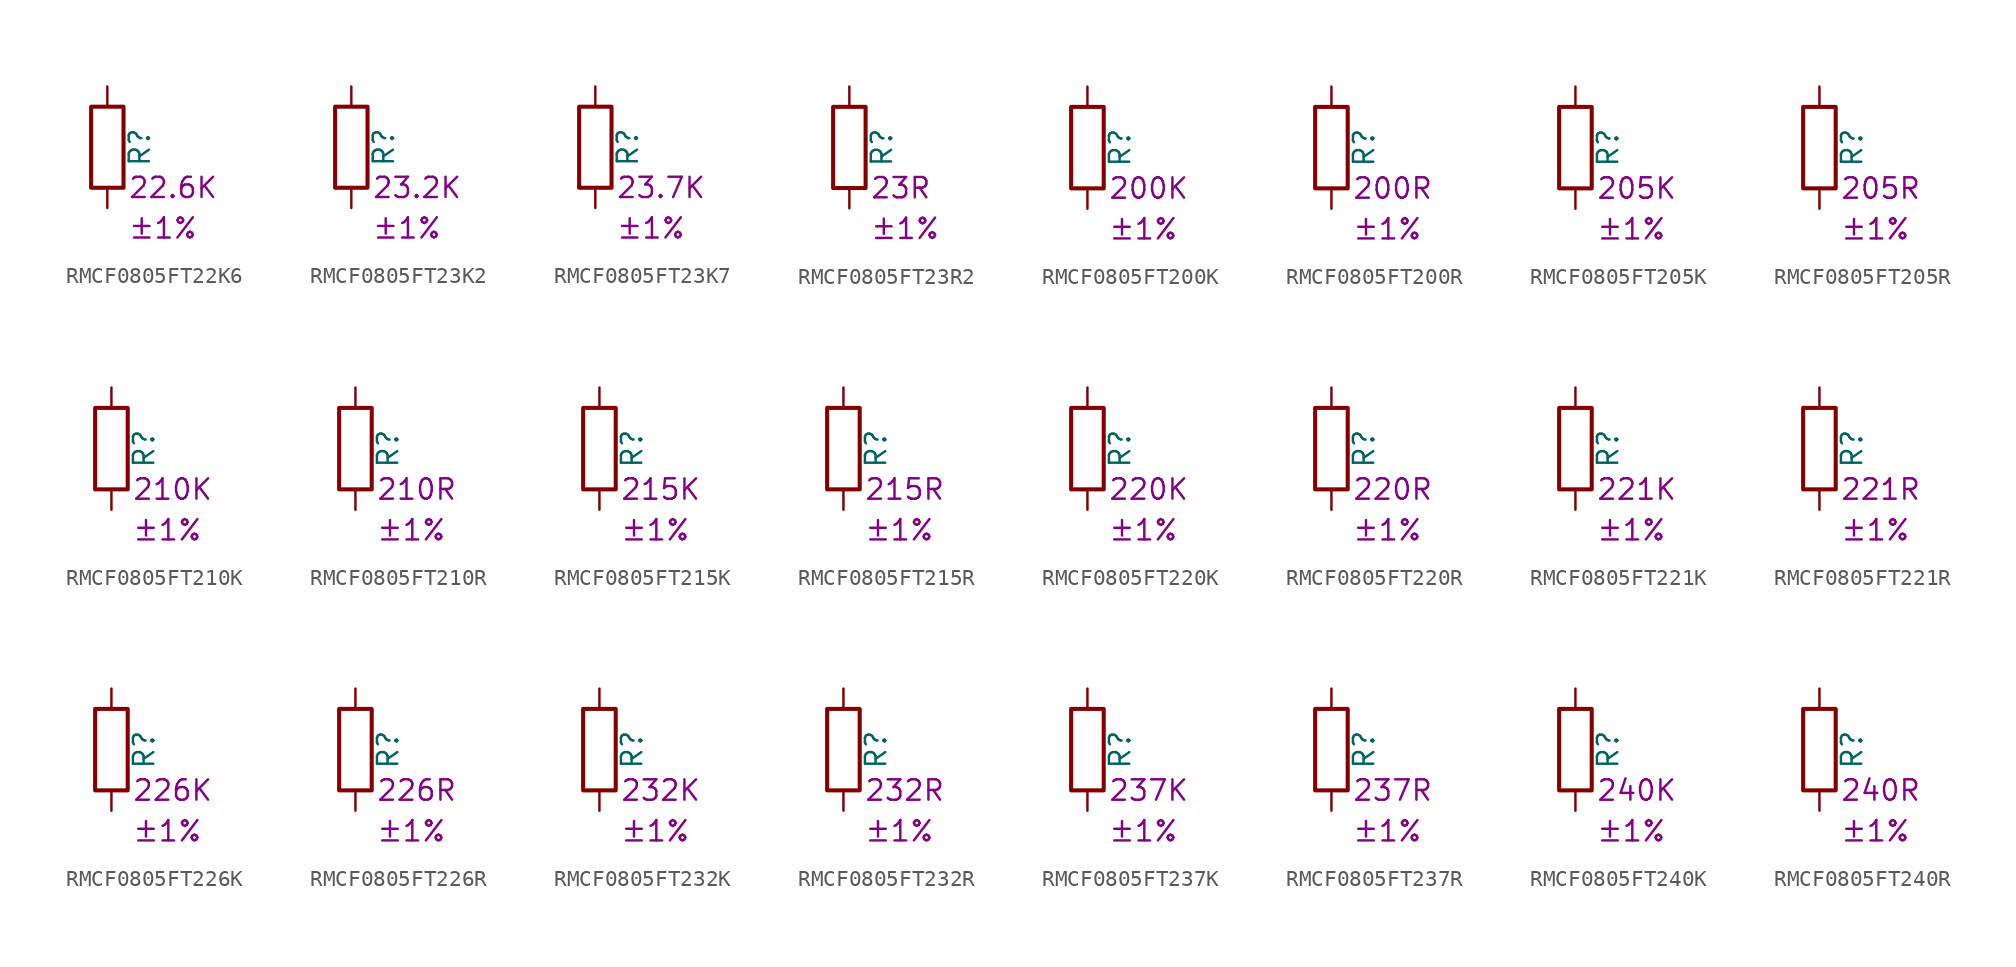
<source format=kicad_sym>
(kicad_symbol_lib
  (version 20220914)
  (generator kicad_symbol_editor)
  (symbol "RMCF0805FT22K6"
    (pin_numbers hide)
    (pin_names
      (offset 0))
    (property "Reference" "R"
      (at 2.032 0 90)
      (effects (font (size 1.27 1.27))))
    (property "Resistance" "22.6K"
      (at 1.27 -2.54 0)
      (effects (font (size 1.27 1.27)) (justify left)))
    (property "Tolerance" "±1%"
      (at 1.27 -5.08 0)
      (effects (font (size 1.27 1.27)) (justify left)))
    (symbol "RMCF0805FT22K6_0_1"
      (rectangle (start -1.016 -2.54) (end 1.016 2.54) (stroke (width 0.254) (type default)) (fill (type none))))
    (symbol "RMCF0805FT22K6_1_1"
      (pin passive line (at 0 3.81 270) (length 1.27) (name "~" (effects (font (size 1.27 1.27)))) (number "1" (effects (font (size 1.27 1.27)))))
      (pin passive line (at 0 -3.81 90) (length 1.27) (name "~" (effects (font (size 1.27 1.27)))) (number "2" (effects (font (size 1.27 1.27)))))))
  (symbol "RMCF0805FT23K2"
    (pin_numbers hide)
    (pin_names
      (offset 0))
    (property "Reference" "R"
      (at 2.032 0 90)
      (effects (font (size 1.27 1.27))))
    (property "Resistance" "23.2K"
      (at 1.27 -2.54 0)
      (effects (font (size 1.27 1.27)) (justify left)))
    (property "Tolerance" "±1%"
      (at 1.27 -5.08 0)
      (effects (font (size 1.27 1.27)) (justify left)))
    (symbol "RMCF0805FT23K2_0_1"
      (rectangle (start -1.016 -2.54) (end 1.016 2.54) (stroke (width 0.254) (type default)) (fill (type none))))
    (symbol "RMCF0805FT23K2_1_1"
      (pin passive line (at 0 3.81 270) (length 1.27) (name "~" (effects (font (size 1.27 1.27)))) (number "1" (effects (font (size 1.27 1.27)))))
      (pin passive line (at 0 -3.81 90) (length 1.27) (name "~" (effects (font (size 1.27 1.27)))) (number "2" (effects (font (size 1.27 1.27)))))))
  (symbol "RMCF0805FT23K7"
    (pin_numbers hide)
    (pin_names
      (offset 0))
    (property "Reference" "R"
      (at 2.032 0 90)
      (effects (font (size 1.27 1.27))))
    (property "Resistance" "23.7K"
      (at 1.27 -2.54 0)
      (effects (font (size 1.27 1.27)) (justify left)))
    (property "Tolerance" "±1%"
      (at 1.27 -5.08 0)
      (effects (font (size 1.27 1.27)) (justify left)))
    (symbol "RMCF0805FT23K7_0_1"
      (rectangle (start -1.016 -2.54) (end 1.016 2.54) (stroke (width 0.254) (type default)) (fill (type none))))
    (symbol "RMCF0805FT23K7_1_1"
      (pin passive line (at 0 3.81 270) (length 1.27) (name "~" (effects (font (size 1.27 1.27)))) (number "1" (effects (font (size 1.27 1.27)))))
      (pin passive line (at 0 -3.81 90) (length 1.27) (name "~" (effects (font (size 1.27 1.27)))) (number "2" (effects (font (size 1.27 1.27)))))))
  (symbol "RMCF0805FT23R2"
    (pin_numbers hide)
    (pin_names
      (offset 0))
    (property "Reference" "R"
      (at 2.032 0 90)
      (effects (font (size 1.27 1.27))))
    (property "Resistance" "23R"
      (at 1.27 -2.54 0)
      (effects (font (size 1.27 1.27)) (justify left)))
    (property "Tolerance" "±1%"
      (at 1.27 -5.08 0)
      (effects (font (size 1.27 1.27)) (justify left)))
    (symbol "RMCF0805FT23R2_0_1"
      (rectangle (start -1.016 -2.54) (end 1.016 2.54) (stroke (width 0.254) (type default)) (fill (type none))))
    (symbol "RMCF0805FT23R2_1_1"
      (pin passive line (at 0 3.81 270) (length 1.27) (name "~" (effects (font (size 1.27 1.27)))) (number "1" (effects (font (size 1.27 1.27)))))
      (pin passive line (at 0 -3.81 90) (length 1.27) (name "~" (effects (font (size 1.27 1.27)))) (number "2" (effects (font (size 1.27 1.27)))))))
  (symbol "RMCF0805FT200K"
    (pin_numbers hide)
    (pin_names
      (offset 0))
    (property "Reference" "R"
      (at 2.032 0 90)
      (effects (font (size 1.27 1.27))))
    (property "Resistance" "200K"
      (at 1.27 -2.54 0)
      (effects (font (size 1.27 1.27)) (justify left)))
    (property "Tolerance" "±1%"
      (at 1.27 -5.08 0)
      (effects (font (size 1.27 1.27)) (justify left)))
    (symbol "RMCF0805FT200K_0_1"
      (rectangle (start -1.016 -2.54) (end 1.016 2.54) (stroke (width 0.254) (type default)) (fill (type none))))
    (symbol "RMCF0805FT200K_1_1"
      (pin passive line (at 0 3.81 270) (length 1.27) (name "~" (effects (font (size 1.27 1.27)))) (number "1" (effects (font (size 1.27 1.27)))))
      (pin passive line (at 0 -3.81 90) (length 1.27) (name "~" (effects (font (size 1.27 1.27)))) (number "2" (effects (font (size 1.27 1.27)))))))
  (symbol "RMCF0805FT200R"
    (pin_numbers hide)
    (pin_names
      (offset 0))
    (property "Reference" "R"
      (at 2.032 0 90)
      (effects (font (size 1.27 1.27))))
    (property "Resistance" "200R"
      (at 1.27 -2.54 0)
      (effects (font (size 1.27 1.27)) (justify left)))
    (property "Tolerance" "±1%"
      (at 1.27 -5.08 0)
      (effects (font (size 1.27 1.27)) (justify left)))
    (symbol "RMCF0805FT200R_0_1"
      (rectangle (start -1.016 -2.54) (end 1.016 2.54) (stroke (width 0.254) (type default)) (fill (type none))))
    (symbol "RMCF0805FT200R_1_1"
      (pin passive line (at 0 3.81 270) (length 1.27) (name "~" (effects (font (size 1.27 1.27)))) (number "1" (effects (font (size 1.27 1.27)))))
      (pin passive line (at 0 -3.81 90) (length 1.27) (name "~" (effects (font (size 1.27 1.27)))) (number "2" (effects (font (size 1.27 1.27)))))))
  (symbol "RMCF0805FT205K"
    (pin_numbers hide)
    (pin_names
      (offset 0))
    (property "Reference" "R"
      (at 2.032 0 90)
      (effects (font (size 1.27 1.27))))
    (property "Resistance" "205K"
      (at 1.27 -2.54 0)
      (effects (font (size 1.27 1.27)) (justify left)))
    (property "Tolerance" "±1%"
      (at 1.27 -5.08 0)
      (effects (font (size 1.27 1.27)) (justify left)))
    (symbol "RMCF0805FT205K_0_1"
      (rectangle (start -1.016 -2.54) (end 1.016 2.54) (stroke (width 0.254) (type default)) (fill (type none))))
    (symbol "RMCF0805FT205K_1_1"
      (pin passive line (at 0 3.81 270) (length 1.27) (name "~" (effects (font (size 1.27 1.27)))) (number "1" (effects (font (size 1.27 1.27)))))
      (pin passive line (at 0 -3.81 90) (length 1.27) (name "~" (effects (font (size 1.27 1.27)))) (number "2" (effects (font (size 1.27 1.27)))))))
  (symbol "RMCF0805FT205R"
    (pin_numbers hide)
    (pin_names
      (offset 0))
    (property "Reference" "R"
      (at 2.032 0 90)
      (effects (font (size 1.27 1.27))))
    (property "Resistance" "205R"
      (at 1.27 -2.54 0)
      (effects (font (size 1.27 1.27)) (justify left)))
    (property "Tolerance" "±1%"
      (at 1.27 -5.08 0)
      (effects (font (size 1.27 1.27)) (justify left)))
    (symbol "RMCF0805FT205R_0_1"
      (rectangle (start -1.016 -2.54) (end 1.016 2.54) (stroke (width 0.254) (type default)) (fill (type none))))
    (symbol "RMCF0805FT205R_1_1"
      (pin passive line (at 0 3.81 270) (length 1.27) (name "~" (effects (font (size 1.27 1.27)))) (number "1" (effects (font (size 1.27 1.27)))))
      (pin passive line (at 0 -3.81 90) (length 1.27) (name "~" (effects (font (size 1.27 1.27)))) (number "2" (effects (font (size 1.27 1.27)))))))
  (symbol "RMCF0805FT210K"
    (pin_numbers hide)
    (pin_names
      (offset 0))
    (property "Reference" "R"
      (at 2.032 0 90)
      (effects (font (size 1.27 1.27))))
    (property "Resistance" "210K"
      (at 1.27 -2.54 0)
      (effects (font (size 1.27 1.27)) (justify left)))
    (property "Tolerance" "±1%"
      (at 1.27 -5.08 0)
      (effects (font (size 1.27 1.27)) (justify left)))
    (symbol "RMCF0805FT210K_0_1"
      (rectangle (start -1.016 -2.54) (end 1.016 2.54) (stroke (width 0.254) (type default)) (fill (type none))))
    (symbol "RMCF0805FT210K_1_1"
      (pin passive line (at 0 3.81 270) (length 1.27) (name "~" (effects (font (size 1.27 1.27)))) (number "1" (effects (font (size 1.27 1.27)))))
      (pin passive line (at 0 -3.81 90) (length 1.27) (name "~" (effects (font (size 1.27 1.27)))) (number "2" (effects (font (size 1.27 1.27)))))))
  (symbol "RMCF0805FT210R"
    (pin_numbers hide)
    (pin_names
      (offset 0))
    (property "Reference" "R"
      (at 2.032 0 90)
      (effects (font (size 1.27 1.27))))
    (property "Resistance" "210R"
      (at 1.27 -2.54 0)
      (effects (font (size 1.27 1.27)) (justify left)))
    (property "Tolerance" "±1%"
      (at 1.27 -5.08 0)
      (effects (font (size 1.27 1.27)) (justify left)))
    (symbol "RMCF0805FT210R_0_1"
      (rectangle (start -1.016 -2.54) (end 1.016 2.54) (stroke (width 0.254) (type default)) (fill (type none))))
    (symbol "RMCF0805FT210R_1_1"
      (pin passive line (at 0 3.81 270) (length 1.27) (name "~" (effects (font (size 1.27 1.27)))) (number "1" (effects (font (size 1.27 1.27)))))
      (pin passive line (at 0 -3.81 90) (length 1.27) (name "~" (effects (font (size 1.27 1.27)))) (number "2" (effects (font (size 1.27 1.27)))))))
  (symbol "RMCF0805FT215K"
    (pin_numbers hide)
    (pin_names
      (offset 0))
    (property "Reference" "R"
      (at 2.032 0 90)
      (effects (font (size 1.27 1.27))))
    (property "Resistance" "215K"
      (at 1.27 -2.54 0)
      (effects (font (size 1.27 1.27)) (justify left)))
    (property "Tolerance" "±1%"
      (at 1.27 -5.08 0)
      (effects (font (size 1.27 1.27)) (justify left)))
    (symbol "RMCF0805FT215K_0_1"
      (rectangle (start -1.016 -2.54) (end 1.016 2.54) (stroke (width 0.254) (type default)) (fill (type none))))
    (symbol "RMCF0805FT215K_1_1"
      (pin passive line (at 0 3.81 270) (length 1.27) (name "~" (effects (font (size 1.27 1.27)))) (number "1" (effects (font (size 1.27 1.27)))))
      (pin passive line (at 0 -3.81 90) (length 1.27) (name "~" (effects (font (size 1.27 1.27)))) (number "2" (effects (font (size 1.27 1.27)))))))
  (symbol "RMCF0805FT215R"
    (pin_numbers hide)
    (pin_names
      (offset 0))
    (property "Reference" "R"
      (at 2.032 0 90)
      (effects (font (size 1.27 1.27))))
    (property "Resistance" "215R"
      (at 1.27 -2.54 0)
      (effects (font (size 1.27 1.27)) (justify left)))
    (property "Tolerance" "±1%"
      (at 1.27 -5.08 0)
      (effects (font (size 1.27 1.27)) (justify left)))
    (symbol "RMCF0805FT215R_0_1"
      (rectangle (start -1.016 -2.54) (end 1.016 2.54) (stroke (width 0.254) (type default)) (fill (type none))))
    (symbol "RMCF0805FT215R_1_1"
      (pin passive line (at 0 3.81 270) (length 1.27) (name "~" (effects (font (size 1.27 1.27)))) (number "1" (effects (font (size 1.27 1.27)))))
      (pin passive line (at 0 -3.81 90) (length 1.27) (name "~" (effects (font (size 1.27 1.27)))) (number "2" (effects (font (size 1.27 1.27)))))))
  (symbol "RMCF0805FT220K"
    (pin_numbers hide)
    (pin_names
      (offset 0))
    (property "Reference" "R"
      (at 2.032 0 90)
      (effects (font (size 1.27 1.27))))
    (property "Resistance" "220K"
      (at 1.27 -2.54 0)
      (effects (font (size 1.27 1.27)) (justify left)))
    (property "Tolerance" "±1%"
      (at 1.27 -5.08 0)
      (effects (font (size 1.27 1.27)) (justify left)))
    (symbol "RMCF0805FT220K_0_1"
      (rectangle (start -1.016 -2.54) (end 1.016 2.54) (stroke (width 0.254) (type default)) (fill (type none))))
    (symbol "RMCF0805FT220K_1_1"
      (pin passive line (at 0 3.81 270) (length 1.27) (name "~" (effects (font (size 1.27 1.27)))) (number "1" (effects (font (size 1.27 1.27)))))
      (pin passive line (at 0 -3.81 90) (length 1.27) (name "~" (effects (font (size 1.27 1.27)))) (number "2" (effects (font (size 1.27 1.27)))))))
  (symbol "RMCF0805FT220R"
    (pin_numbers hide)
    (pin_names
      (offset 0))
    (property "Reference" "R"
      (at 2.032 0 90)
      (effects (font (size 1.27 1.27))))
    (property "Resistance" "220R"
      (at 1.27 -2.54 0)
      (effects (font (size 1.27 1.27)) (justify left)))
    (property "Tolerance" "±1%"
      (at 1.27 -5.08 0)
      (effects (font (size 1.27 1.27)) (justify left)))
    (symbol "RMCF0805FT220R_0_1"
      (rectangle (start -1.016 -2.54) (end 1.016 2.54) (stroke (width 0.254) (type default)) (fill (type none))))
    (symbol "RMCF0805FT220R_1_1"
      (pin passive line (at 0 3.81 270) (length 1.27) (name "~" (effects (font (size 1.27 1.27)))) (number "1" (effects (font (size 1.27 1.27)))))
      (pin passive line (at 0 -3.81 90) (length 1.27) (name "~" (effects (font (size 1.27 1.27)))) (number "2" (effects (font (size 1.27 1.27)))))))
  (symbol "RMCF0805FT221K"
    (pin_numbers hide)
    (pin_names
      (offset 0))
    (property "Reference" "R"
      (at 2.032 0 90)
      (effects (font (size 1.27 1.27))))
    (property "Resistance" "221K"
      (at 1.27 -2.54 0)
      (effects (font (size 1.27 1.27)) (justify left)))
    (property "Tolerance" "±1%"
      (at 1.27 -5.08 0)
      (effects (font (size 1.27 1.27)) (justify left)))
    (symbol "RMCF0805FT221K_0_1"
      (rectangle (start -1.016 -2.54) (end 1.016 2.54) (stroke (width 0.254) (type default)) (fill (type none))))
    (symbol "RMCF0805FT221K_1_1"
      (pin passive line (at 0 3.81 270) (length 1.27) (name "~" (effects (font (size 1.27 1.27)))) (number "1" (effects (font (size 1.27 1.27)))))
      (pin passive line (at 0 -3.81 90) (length 1.27) (name "~" (effects (font (size 1.27 1.27)))) (number "2" (effects (font (size 1.27 1.27)))))))
  (symbol "RMCF0805FT221R"
    (pin_numbers hide)
    (pin_names
      (offset 0))
    (property "Reference" "R"
      (at 2.032 0 90)
      (effects (font (size 1.27 1.27))))
    (property "Resistance" "221R"
      (at 1.27 -2.54 0)
      (effects (font (size 1.27 1.27)) (justify left)))
    (property "Tolerance" "±1%"
      (at 1.27 -5.08 0)
      (effects (font (size 1.27 1.27)) (justify left)))
    (symbol "RMCF0805FT221R_0_1"
      (rectangle (start -1.016 -2.54) (end 1.016 2.54) (stroke (width 0.254) (type default)) (fill (type none))))
    (symbol "RMCF0805FT221R_1_1"
      (pin passive line (at 0 3.81 270) (length 1.27) (name "~" (effects (font (size 1.27 1.27)))) (number "1" (effects (font (size 1.27 1.27)))))
      (pin passive line (at 0 -3.81 90) (length 1.27) (name "~" (effects (font (size 1.27 1.27)))) (number "2" (effects (font (size 1.27 1.27)))))))
  (symbol "RMCF0805FT226K"
    (pin_numbers hide)
    (pin_names
      (offset 0))
    (property "Reference" "R"
      (at 2.032 0 90)
      (effects (font (size 1.27 1.27))))
    (property "Resistance" "226K"
      (at 1.27 -2.54 0)
      (effects (font (size 1.27 1.27)) (justify left)))
    (property "Tolerance" "±1%"
      (at 1.27 -5.08 0)
      (effects (font (size 1.27 1.27)) (justify left)))
    (symbol "RMCF0805FT226K_0_1"
      (rectangle (start -1.016 -2.54) (end 1.016 2.54) (stroke (width 0.254) (type default)) (fill (type none))))
    (symbol "RMCF0805FT226K_1_1"
      (pin passive line (at 0 3.81 270) (length 1.27) (name "~" (effects (font (size 1.27 1.27)))) (number "1" (effects (font (size 1.27 1.27)))))
      (pin passive line (at 0 -3.81 90) (length 1.27) (name "~" (effects (font (size 1.27 1.27)))) (number "2" (effects (font (size 1.27 1.27)))))))
  (symbol "RMCF0805FT226R"
    (pin_numbers hide)
    (pin_names
      (offset 0))
    (property "Reference" "R"
      (at 2.032 0 90)
      (effects (font (size 1.27 1.27))))
    (property "Resistance" "226R"
      (at 1.27 -2.54 0)
      (effects (font (size 1.27 1.27)) (justify left)))
    (property "Tolerance" "±1%"
      (at 1.27 -5.08 0)
      (effects (font (size 1.27 1.27)) (justify left)))
    (symbol "RMCF0805FT226R_0_1"
      (rectangle (start -1.016 -2.54) (end 1.016 2.54) (stroke (width 0.254) (type default)) (fill (type none))))
    (symbol "RMCF0805FT226R_1_1"
      (pin passive line (at 0 3.81 270) (length 1.27) (name "~" (effects (font (size 1.27 1.27)))) (number "1" (effects (font (size 1.27 1.27)))))
      (pin passive line (at 0 -3.81 90) (length 1.27) (name "~" (effects (font (size 1.27 1.27)))) (number "2" (effects (font (size 1.27 1.27)))))))
  (symbol "RMCF0805FT232K"
    (pin_numbers hide)
    (pin_names
      (offset 0))
    (property "Reference" "R"
      (at 2.032 0 90)
      (effects (font (size 1.27 1.27))))
    (property "Resistance" "232K"
      (at 1.27 -2.54 0)
      (effects (font (size 1.27 1.27)) (justify left)))
    (property "Tolerance" "±1%"
      (at 1.27 -5.08 0)
      (effects (font (size 1.27 1.27)) (justify left)))
    (symbol "RMCF0805FT232K_0_1"
      (rectangle (start -1.016 -2.54) (end 1.016 2.54) (stroke (width 0.254) (type default)) (fill (type none))))
    (symbol "RMCF0805FT232K_1_1"
      (pin passive line (at 0 3.81 270) (length 1.27) (name "~" (effects (font (size 1.27 1.27)))) (number "1" (effects (font (size 1.27 1.27)))))
      (pin passive line (at 0 -3.81 90) (length 1.27) (name "~" (effects (font (size 1.27 1.27)))) (number "2" (effects (font (size 1.27 1.27)))))))
  (symbol "RMCF0805FT232R"
    (pin_numbers hide)
    (pin_names
      (offset 0))
    (property "Reference" "R"
      (at 2.032 0 90)
      (effects (font (size 1.27 1.27))))
    (property "Resistance" "232R"
      (at 1.27 -2.54 0)
      (effects (font (size 1.27 1.27)) (justify left)))
    (property "Tolerance" "±1%"
      (at 1.27 -5.08 0)
      (effects (font (size 1.27 1.27)) (justify left)))
    (symbol "RMCF0805FT232R_0_1"
      (rectangle (start -1.016 -2.54) (end 1.016 2.54) (stroke (width 0.254) (type default)) (fill (type none))))
    (symbol "RMCF0805FT232R_1_1"
      (pin passive line (at 0 3.81 270) (length 1.27) (name "~" (effects (font (size 1.27 1.27)))) (number "1" (effects (font (size 1.27 1.27)))))
      (pin passive line (at 0 -3.81 90) (length 1.27) (name "~" (effects (font (size 1.27 1.27)))) (number "2" (effects (font (size 1.27 1.27)))))))
  (symbol "RMCF0805FT237K"
    (pin_numbers hide)
    (pin_names
      (offset 0))
    (property "Reference" "R"
      (at 2.032 0 90)
      (effects (font (size 1.27 1.27))))
    (property "Resistance" "237K"
      (at 1.27 -2.54 0)
      (effects (font (size 1.27 1.27)) (justify left)))
    (property "Tolerance" "±1%"
      (at 1.27 -5.08 0)
      (effects (font (size 1.27 1.27)) (justify left)))
    (symbol "RMCF0805FT237K_0_1"
      (rectangle (start -1.016 -2.54) (end 1.016 2.54) (stroke (width 0.254) (type default)) (fill (type none))))
    (symbol "RMCF0805FT237K_1_1"
      (pin passive line (at 0 3.81 270) (length 1.27) (name "~" (effects (font (size 1.27 1.27)))) (number "1" (effects (font (size 1.27 1.27)))))
      (pin passive line (at 0 -3.81 90) (length 1.27) (name "~" (effects (font (size 1.27 1.27)))) (number "2" (effects (font (size 1.27 1.27)))))))
  (symbol "RMCF0805FT237R"
    (pin_numbers hide)
    (pin_names
      (offset 0))
    (property "Reference" "R"
      (at 2.032 0 90)
      (effects (font (size 1.27 1.27))))
    (property "Resistance" "237R"
      (at 1.27 -2.54 0)
      (effects (font (size 1.27 1.27)) (justify left)))
    (property "Tolerance" "±1%"
      (at 1.27 -5.08 0)
      (effects (font (size 1.27 1.27)) (justify left)))
    (symbol "RMCF0805FT237R_0_1"
      (rectangle (start -1.016 -2.54) (end 1.016 2.54) (stroke (width 0.254) (type default)) (fill (type none))))
    (symbol "RMCF0805FT237R_1_1"
      (pin passive line (at 0 3.81 270) (length 1.27) (name "~" (effects (font (size 1.27 1.27)))) (number "1" (effects (font (size 1.27 1.27)))))
      (pin passive line (at 0 -3.81 90) (length 1.27) (name "~" (effects (font (size 1.27 1.27)))) (number "2" (effects (font (size 1.27 1.27)))))))
  (symbol "RMCF0805FT240K"
    (pin_numbers hide)
    (pin_names
      (offset 0))
    (property "Reference" "R"
      (at 2.032 0 90)
      (effects (font (size 1.27 1.27))))
    (property "Resistance" "240K"
      (at 1.27 -2.54 0)
      (effects (font (size 1.27 1.27)) (justify left)))
    (property "Tolerance" "±1%"
      (at 1.27 -5.08 0)
      (effects (font (size 1.27 1.27)) (justify left)))
    (symbol "RMCF0805FT240K_0_1"
      (rectangle (start -1.016 -2.54) (end 1.016 2.54) (stroke (width 0.254) (type default)) (fill (type none))))
    (symbol "RMCF0805FT240K_1_1"
      (pin passive line (at 0 3.81 270) (length 1.27) (name "~" (effects (font (size 1.27 1.27)))) (number "1" (effects (font (size 1.27 1.27)))))
      (pin passive line (at 0 -3.81 90) (length 1.27) (name "~" (effects (font (size 1.27 1.27)))) (number "2" (effects (font (size 1.27 1.27)))))))
  (symbol "RMCF0805FT240R"
    (pin_numbers hide)
    (pin_names
      (offset 0))
    (property "Reference" "R"
      (at 2.032 0 90)
      (effects (font (size 1.27 1.27))))
    (property "Resistance" "240R"
      (at 1.27 -2.54 0)
      (effects (font (size 1.27 1.27)) (justify left)))
    (property "Tolerance" "±1%"
      (at 1.27 -5.08 0)
      (effects (font (size 1.27 1.27)) (justify left)))
    (symbol "RMCF0805FT240R_0_1"
      (rectangle (start -1.016 -2.54) (end 1.016 2.54) (stroke (width 0.254) (type default)) (fill (type none))))
    (symbol "RMCF0805FT240R_1_1"
      (pin passive line (at 0 3.81 270) (length 1.27) (name "~" (effects (font (size 1.27 1.27)))) (number "1" (effects (font (size 1.27 1.27)))))
      (pin passive line (at 0 -3.81 90) (length 1.27) (name "~" (effects (font (size 1.27 1.27)))) (number "2" (effects (font (size 1.27 1.27))))))))
</source>
